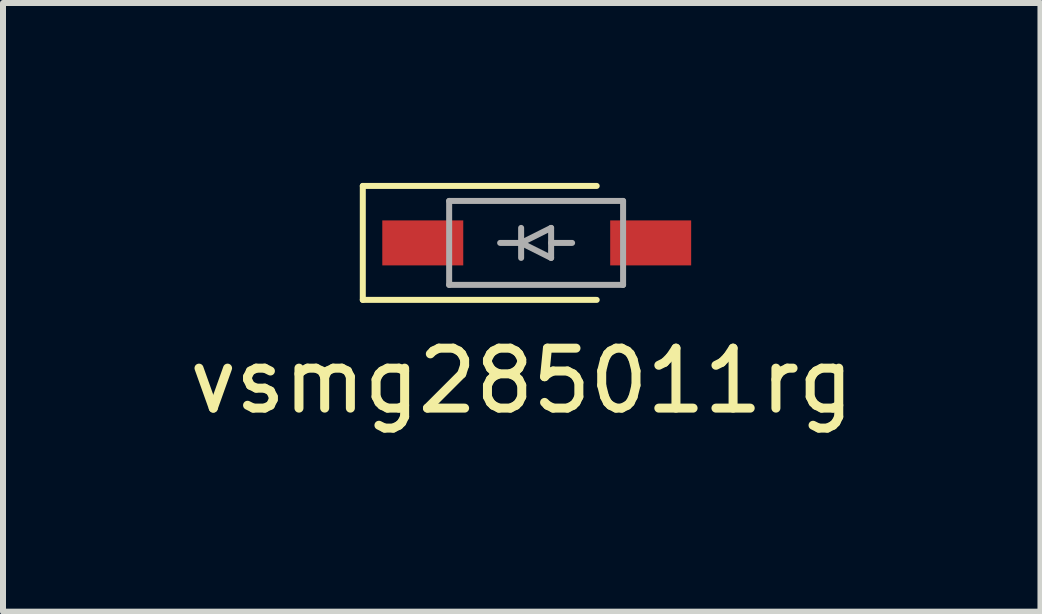
<source format=kicad_pcb>
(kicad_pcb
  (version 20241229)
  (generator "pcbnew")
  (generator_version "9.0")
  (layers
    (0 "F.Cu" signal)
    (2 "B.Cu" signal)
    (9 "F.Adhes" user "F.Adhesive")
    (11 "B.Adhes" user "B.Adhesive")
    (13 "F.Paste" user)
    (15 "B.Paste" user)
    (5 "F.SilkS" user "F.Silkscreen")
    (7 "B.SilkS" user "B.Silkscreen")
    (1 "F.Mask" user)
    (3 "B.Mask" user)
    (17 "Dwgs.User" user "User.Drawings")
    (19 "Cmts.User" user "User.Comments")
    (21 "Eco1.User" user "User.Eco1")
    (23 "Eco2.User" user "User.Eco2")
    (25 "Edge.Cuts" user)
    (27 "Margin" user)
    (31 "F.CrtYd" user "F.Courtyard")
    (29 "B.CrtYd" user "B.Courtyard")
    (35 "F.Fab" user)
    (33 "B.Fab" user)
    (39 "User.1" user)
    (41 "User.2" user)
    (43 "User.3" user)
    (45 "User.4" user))
  (footprint "vsmg285011rg"
    (layer "F.Cu")
    (at 5.889 1)
    (property "Reference" "vsmg285011rg" (at -0.24 2.3 0) (layer "F.SilkS") (effects (font (size 1 1) (thickness 0.15))))
    (attr through_hole)
    (fp_line (start -2.89 -0.95) (end -2.89 0.95) (stroke (width 0.1) (type solid)) (layer "F.SilkS"))
    (fp_line (start -2.89 0.95) (end 1.01 0.95) (stroke (width 0.1) (type solid)) (layer "F.SilkS"))
    (fp_line (start 1.01 -0.95) (end -2.89 -0.95) (stroke (width 0.1) (type solid)) (layer "F.SilkS"))
    (fp_line (start -1.45 -0.7) (end -1.45 0.7) (stroke (width 0.1) (type solid)) (layer "F.Fab"))
    (fp_line (start -1.45 0.7) (end 1.45 0.7) (stroke (width 0.1) (type solid)) (layer "F.Fab"))
    (fp_line (start -0.6 0) (end -0.25 0) (stroke (width 0.1) (type solid)) (layer "F.Fab"))
    (fp_line (start -0.25 -0.25) (end -0.25 0.25) (stroke (width 0.1) (type solid)) (layer "F.Fab"))
    (fp_line (start -0.25 0) (end 0.25 -0.25) (stroke (width 0.1) (type solid)) (layer "F.Fab"))
    (fp_line (start -0.25 0) (end 0.25 0.25) (stroke (width 0.1) (type solid)) (layer "F.Fab"))
    (fp_line (start 0.25 0) (end 0.6 0) (stroke (width 0.1) (type solid)) (layer "F.Fab"))
    (fp_line (start 0.25 0.25) (end 0.25 -0.25) (stroke (width 0.1) (type solid)) (layer "F.Fab"))
    (fp_line (start 1.45 -0.7) (end -1.45 -0.7) (stroke (width 0.1) (type solid)) (layer "F.Fab"))
    (fp_line (start 1.45 0.7) (end 1.45 -0.7) (stroke (width 0.1) (type solid)) (layer "F.Fab"))
    (pad "1" smd rect (at -1.89 0) (size 1.35 0.75) (layers "F.Cu" "F.Mask" "F.Paste"))
    (pad "2" smd rect (at 1.91 0) (size 1.35 0.75) (layers "F.Cu" "F.Mask" "F.Paste")))
  (gr_rect
    (start -3 -3)
    (end 14.298 7.148)
    (stroke (width 0.1) (type default))
    (fill no)
    (layer "Edge.Cuts")))
</source>
